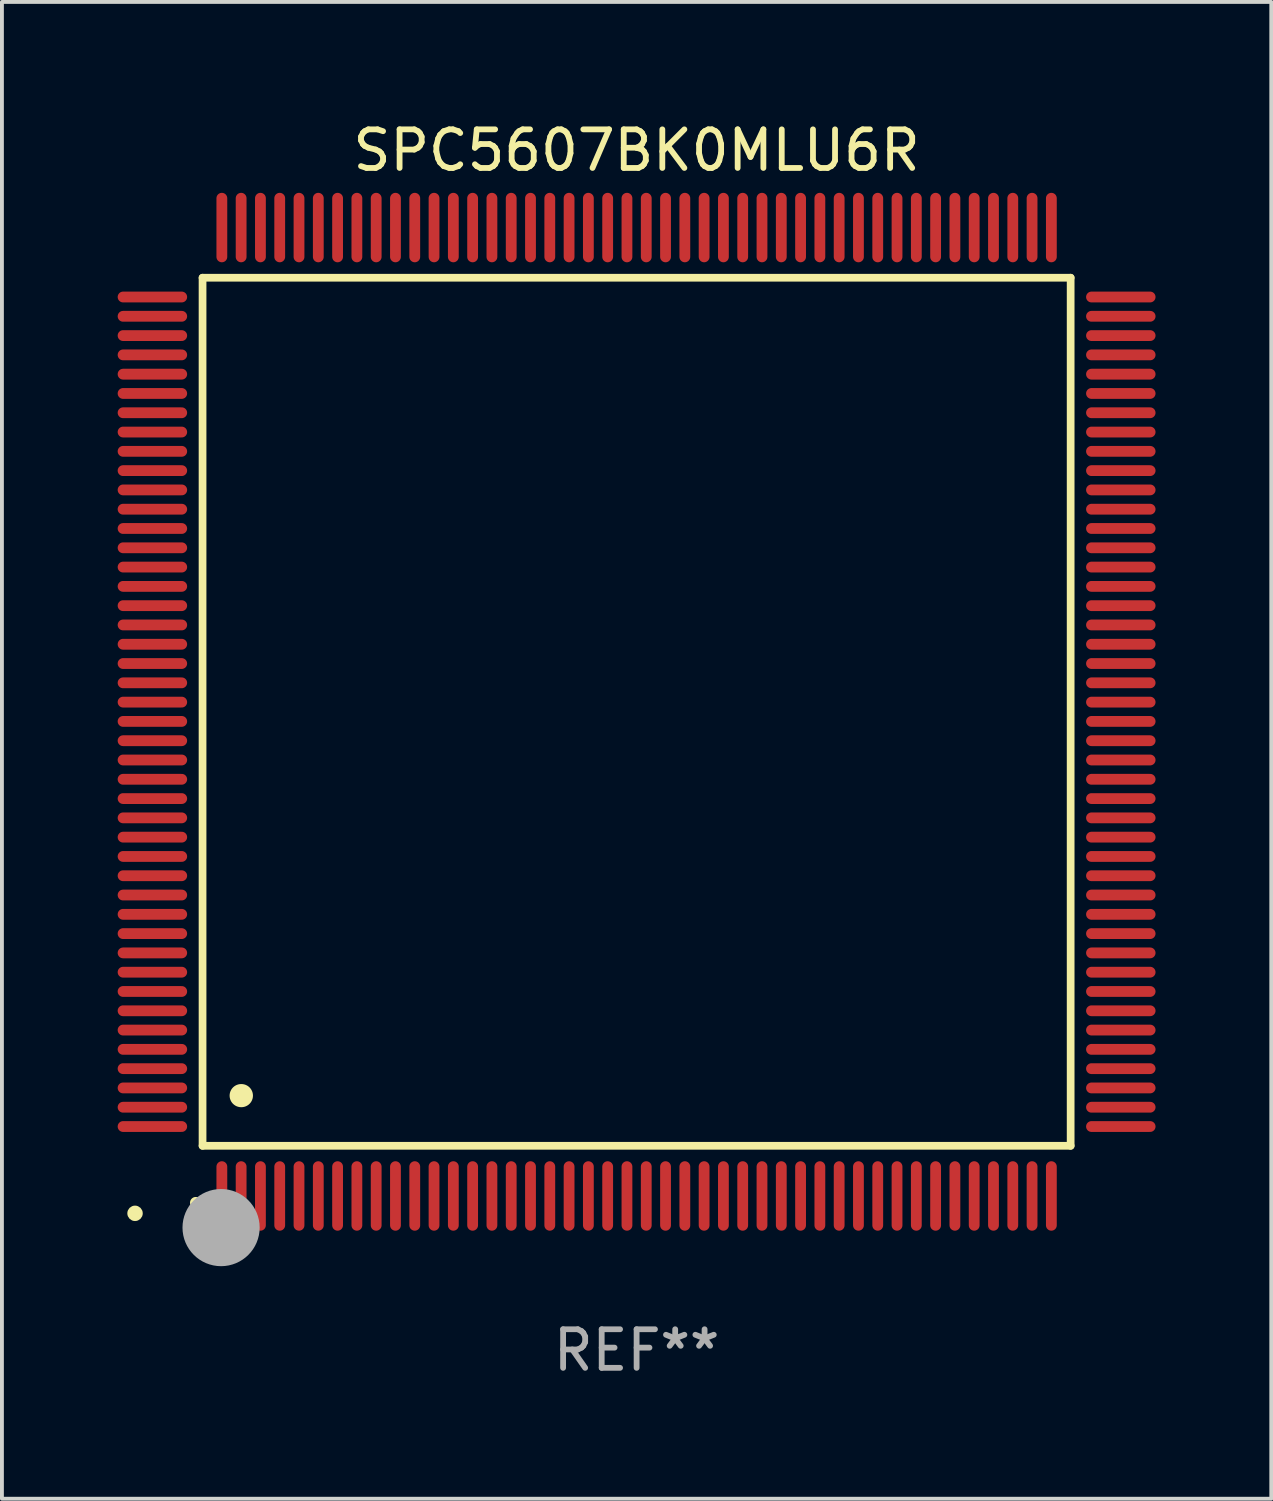
<source format=kicad_pcb>
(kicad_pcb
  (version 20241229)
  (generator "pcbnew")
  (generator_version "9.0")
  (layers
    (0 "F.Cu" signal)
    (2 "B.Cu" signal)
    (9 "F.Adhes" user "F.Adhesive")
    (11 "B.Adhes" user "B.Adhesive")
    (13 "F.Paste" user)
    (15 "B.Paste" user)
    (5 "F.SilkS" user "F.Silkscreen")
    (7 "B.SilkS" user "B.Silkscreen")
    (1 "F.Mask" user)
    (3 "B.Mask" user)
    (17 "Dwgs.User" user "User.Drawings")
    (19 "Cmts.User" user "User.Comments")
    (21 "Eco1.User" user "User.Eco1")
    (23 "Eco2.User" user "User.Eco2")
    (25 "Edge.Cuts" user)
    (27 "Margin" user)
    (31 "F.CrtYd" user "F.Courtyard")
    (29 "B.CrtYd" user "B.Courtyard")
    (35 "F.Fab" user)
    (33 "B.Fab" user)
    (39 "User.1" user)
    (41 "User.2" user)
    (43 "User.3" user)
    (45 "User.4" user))
  (footprint "SPC5607BK0MLU6R"
    (layer "F.Cu")
    (at 13.45 15.398)
    (property "Reference" "SPC5607BK0MLU6R" (at 0 -14.55 0) (layer "F.SilkS") (effects (font (size 1 1) (thickness 0.15))))
    (attr through_hole)
    (fp_line (start -11.25 -11.25) (end 11.25 -11.25) (stroke (width 0.2) (type solid)) (layer "F.SilkS"))
    (fp_line (start -11.25 11.25) (end -11.25 -11.25) (stroke (width 0.2) (type solid)) (layer "F.SilkS"))
    (fp_line (start 11.25 -11.25) (end 11.25 11.25) (stroke (width 0.2) (type solid)) (layer "F.SilkS"))
    (fp_line (start 11.25 11.25) (end -11.25 11.25) (stroke (width 0.2) (type solid)) (layer "F.SilkS"))
    (fp_arc (start -11.424943 12.725425) (mid -11.423673 12.72542) (end -11.422403 12.725425) (stroke (width 0.3) (type solid)) (layer "F.SilkS"))
    (fp_arc (start -10.24892 9.9492) (mid -10.24638 9.949189) (end -10.24384 9.9492) (stroke (width 0.6) (type solid)) (layer "F.SilkS"))
    (fp_circle (center -13 13) (end -12.9 13) (stroke (width 0.2) (type solid)) (fill no) (layer "F.SilkS"))
    (fp_circle (center -10.77 13.37) (end -10.27 13.37) (stroke (width 1) (type solid)) (fill no) (layer "F.Fab"))
    (fp_text user "REF**" (at 0 16.55 0) (layer "F.Fab") (effects (font (size 1 1) (thickness 0.15))))
    (pad "1" smd oval (at -10.75 12.55) (size 0.28 1.8) (layers "F.Cu" "F.Mask" "F.Paste"))
    (pad "2" smd oval (at -10.25 12.55) (size 0.28 1.8) (layers "F.Cu" "F.Mask" "F.Paste"))
    (pad "3" smd oval (at -9.75 12.55) (size 0.28 1.8) (layers "F.Cu" "F.Mask" "F.Paste"))
    (pad "4" smd oval (at -9.25 12.55) (size 0.28 1.8) (layers "F.Cu" "F.Mask" "F.Paste"))
    (pad "5" smd oval (at -8.75 12.55) (size 0.28 1.8) (layers "F.Cu" "F.Mask" "F.Paste"))
    (pad "6" smd oval (at -8.25 12.55) (size 0.28 1.8) (layers "F.Cu" "F.Mask" "F.Paste"))
    (pad "7" smd oval (at -7.75 12.55) (size 0.28 1.8) (layers "F.Cu" "F.Mask" "F.Paste"))
    (pad "8" smd oval (at -7.25 12.55) (size 0.28 1.8) (layers "F.Cu" "F.Mask" "F.Paste"))
    (pad "9" smd oval (at -6.75 12.55) (size 0.28 1.8) (layers "F.Cu" "F.Mask" "F.Paste"))
    (pad "10" smd oval (at -6.25 12.55) (size 0.28 1.8) (layers "F.Cu" "F.Mask" "F.Paste"))
    (pad "11" smd oval (at -5.75 12.55) (size 0.28 1.8) (layers "F.Cu" "F.Mask" "F.Paste"))
    (pad "12" smd oval (at -5.25 12.55) (size 0.28 1.8) (layers "F.Cu" "F.Mask" "F.Paste"))
    (pad "13" smd oval (at -4.75 12.55) (size 0.28 1.8) (layers "F.Cu" "F.Mask" "F.Paste"))
    (pad "14" smd oval (at -4.25 12.55) (size 0.28 1.8) (layers "F.Cu" "F.Mask" "F.Paste"))
    (pad "15" smd oval (at -3.75 12.55) (size 0.28 1.8) (layers "F.Cu" "F.Mask" "F.Paste"))
    (pad "16" smd oval (at -3.25 12.55) (size 0.28 1.8) (layers "F.Cu" "F.Mask" "F.Paste"))
    (pad "17" smd oval (at -2.75 12.55) (size 0.28 1.8) (layers "F.Cu" "F.Mask" "F.Paste"))
    (pad "18" smd oval (at -2.25 12.55) (size 0.28 1.8) (layers "F.Cu" "F.Mask" "F.Paste"))
    (pad "19" smd oval (at -1.75 12.55) (size 0.28 1.8) (layers "F.Cu" "F.Mask" "F.Paste"))
    (pad "20" smd oval (at -1.25 12.55) (size 0.28 1.8) (layers "F.Cu" "F.Mask" "F.Paste"))
    (pad "21" smd oval (at -0.75 12.55) (size 0.28 1.8) (layers "F.Cu" "F.Mask" "F.Paste"))
    (pad "22" smd oval (at -0.25 12.55) (size 0.28 1.8) (layers "F.Cu" "F.Mask" "F.Paste"))
    (pad "23" smd oval (at 0.25 12.55) (size 0.28 1.8) (layers "F.Cu" "F.Mask" "F.Paste"))
    (pad "24" smd oval (at 0.75 12.55) (size 0.28 1.8) (layers "F.Cu" "F.Mask" "F.Paste"))
    (pad "25" smd oval (at 1.25 12.55) (size 0.28 1.8) (layers "F.Cu" "F.Mask" "F.Paste"))
    (pad "26" smd oval (at 1.75 12.55) (size 0.28 1.8) (layers "F.Cu" "F.Mask" "F.Paste"))
    (pad "27" smd oval (at 2.25 12.55) (size 0.28 1.8) (layers "F.Cu" "F.Mask" "F.Paste"))
    (pad "28" smd oval (at 2.75 12.55) (size 0.28 1.8) (layers "F.Cu" "F.Mask" "F.Paste"))
    (pad "29" smd oval (at 3.25 12.55) (size 0.28 1.8) (layers "F.Cu" "F.Mask" "F.Paste"))
    (pad "30" smd oval (at 3.75 12.55) (size 0.28 1.8) (layers "F.Cu" "F.Mask" "F.Paste"))
    (pad "31" smd oval (at 4.25 12.55) (size 0.28 1.8) (layers "F.Cu" "F.Mask" "F.Paste"))
    (pad "32" smd oval (at 4.75 12.55) (size 0.28 1.8) (layers "F.Cu" "F.Mask" "F.Paste"))
    (pad "33" smd oval (at 5.25 12.55) (size 0.28 1.8) (layers "F.Cu" "F.Mask" "F.Paste"))
    (pad "34" smd oval (at 5.75 12.55) (size 0.28 1.8) (layers "F.Cu" "F.Mask" "F.Paste"))
    (pad "35" smd oval (at 6.25 12.55) (size 0.28 1.8) (layers "F.Cu" "F.Mask" "F.Paste"))
    (pad "36" smd oval (at 6.75 12.55) (size 0.28 1.8) (layers "F.Cu" "F.Mask" "F.Paste"))
    (pad "37" smd oval (at 7.25 12.55) (size 0.28 1.8) (layers "F.Cu" "F.Mask" "F.Paste"))
    (pad "38" smd oval (at 7.75 12.55) (size 0.28 1.8) (layers "F.Cu" "F.Mask" "F.Paste"))
    (pad "39" smd oval (at 8.25 12.55) (size 0.28 1.8) (layers "F.Cu" "F.Mask" "F.Paste"))
    (pad "40" smd oval (at 8.75 12.55) (size 0.28 1.8) (layers "F.Cu" "F.Mask" "F.Paste"))
    (pad "41" smd oval (at 9.25 12.55) (size 0.28 1.8) (layers "F.Cu" "F.Mask" "F.Paste"))
    (pad "42" smd oval (at 9.75 12.55) (size 0.28 1.8) (layers "F.Cu" "F.Mask" "F.Paste"))
    (pad "43" smd oval (at 10.25 12.55) (size 0.28 1.8) (layers "F.Cu" "F.Mask" "F.Paste"))
    (pad "44" smd oval (at 10.75 12.55) (size 0.28 1.8) (layers "F.Cu" "F.Mask" "F.Paste"))
    (pad "45" smd oval (at 12.55 10.75) (size 1.8 0.28) (layers "F.Cu" "F.Mask" "F.Paste"))
    (pad "46" smd oval (at 12.55 10.25) (size 1.8 0.28) (layers "F.Cu" "F.Mask" "F.Paste"))
    (pad "47" smd oval (at 12.55 9.75) (size 1.8 0.28) (layers "F.Cu" "F.Mask" "F.Paste"))
    (pad "48" smd oval (at 12.55 9.25) (size 1.8 0.28) (layers "F.Cu" "F.Mask" "F.Paste"))
    (pad "49" smd oval (at 12.55 8.75) (size 1.8 0.28) (layers "F.Cu" "F.Mask" "F.Paste"))
    (pad "50" smd oval (at 12.55 8.25) (size 1.8 0.28) (layers "F.Cu" "F.Mask" "F.Paste"))
    (pad "51" smd oval (at 12.55 7.75) (size 1.8 0.28) (layers "F.Cu" "F.Mask" "F.Paste"))
    (pad "52" smd oval (at 12.55 7.25) (size 1.8 0.28) (layers "F.Cu" "F.Mask" "F.Paste"))
    (pad "53" smd oval (at 12.55 6.75) (size 1.8 0.28) (layers "F.Cu" "F.Mask" "F.Paste"))
    (pad "54" smd oval (at 12.55 6.25) (size 1.8 0.28) (layers "F.Cu" "F.Mask" "F.Paste"))
    (pad "55" smd oval (at 12.55 5.75) (size 1.8 0.28) (layers "F.Cu" "F.Mask" "F.Paste"))
    (pad "56" smd oval (at 12.55 5.25) (size 1.8 0.28) (layers "F.Cu" "F.Mask" "F.Paste"))
    (pad "57" smd oval (at 12.55 4.75) (size 1.8 0.28) (layers "F.Cu" "F.Mask" "F.Paste"))
    (pad "58" smd oval (at 12.55 4.25) (size 1.8 0.28) (layers "F.Cu" "F.Mask" "F.Paste"))
    (pad "59" smd oval (at 12.55 3.75) (size 1.8 0.28) (layers "F.Cu" "F.Mask" "F.Paste"))
    (pad "60" smd oval (at 12.55 3.25) (size 1.8 0.28) (layers "F.Cu" "F.Mask" "F.Paste"))
    (pad "61" smd oval (at 12.55 2.75) (size 1.8 0.28) (layers "F.Cu" "F.Mask" "F.Paste"))
    (pad "62" smd oval (at 12.55 2.25) (size 1.8 0.28) (layers "F.Cu" "F.Mask" "F.Paste"))
    (pad "63" smd oval (at 12.55 1.75) (size 1.8 0.28) (layers "F.Cu" "F.Mask" "F.Paste"))
    (pad "64" smd oval (at 12.55 1.25) (size 1.8 0.28) (layers "F.Cu" "F.Mask" "F.Paste"))
    (pad "65" smd oval (at 12.55 0.75) (size 1.8 0.28) (layers "F.Cu" "F.Mask" "F.Paste"))
    (pad "66" smd oval (at 12.55 0.25) (size 1.8 0.28) (layers "F.Cu" "F.Mask" "F.Paste"))
    (pad "67" smd oval (at 12.55 -0.25) (size 1.8 0.28) (layers "F.Cu" "F.Mask" "F.Paste"))
    (pad "68" smd oval (at 12.55 -0.75) (size 1.8 0.28) (layers "F.Cu" "F.Mask" "F.Paste"))
    (pad "69" smd oval (at 12.55 -1.25) (size 1.8 0.28) (layers "F.Cu" "F.Mask" "F.Paste"))
    (pad "70" smd oval (at 12.55 -1.75) (size 1.8 0.28) (layers "F.Cu" "F.Mask" "F.Paste"))
    (pad "71" smd oval (at 12.55 -2.25) (size 1.8 0.28) (layers "F.Cu" "F.Mask" "F.Paste"))
    (pad "72" smd oval (at 12.55 -2.75) (size 1.8 0.28) (layers "F.Cu" "F.Mask" "F.Paste"))
    (pad "73" smd oval (at 12.55 -3.25) (size 1.8 0.28) (layers "F.Cu" "F.Mask" "F.Paste"))
    (pad "74" smd oval (at 12.55 -3.75) (size 1.8 0.28) (layers "F.Cu" "F.Mask" "F.Paste"))
    (pad "75" smd oval (at 12.55 -4.25) (size 1.8 0.28) (layers "F.Cu" "F.Mask" "F.Paste"))
    (pad "76" smd oval (at 12.55 -4.75) (size 1.8 0.28) (layers "F.Cu" "F.Mask" "F.Paste"))
    (pad "77" smd oval (at 12.55 -5.25) (size 1.8 0.28) (layers "F.Cu" "F.Mask" "F.Paste"))
    (pad "78" smd oval (at 12.55 -5.75) (size 1.8 0.28) (layers "F.Cu" "F.Mask" "F.Paste"))
    (pad "79" smd oval (at 12.55 -6.25) (size 1.8 0.28) (layers "F.Cu" "F.Mask" "F.Paste"))
    (pad "80" smd oval (at 12.55 -6.75) (size 1.8 0.28) (layers "F.Cu" "F.Mask" "F.Paste"))
    (pad "81" smd oval (at 12.55 -7.25) (size 1.8 0.28) (layers "F.Cu" "F.Mask" "F.Paste"))
    (pad "82" smd oval (at 12.55 -7.75) (size 1.8 0.28) (layers "F.Cu" "F.Mask" "F.Paste"))
    (pad "83" smd oval (at 12.55 -8.25) (size 1.8 0.28) (layers "F.Cu" "F.Mask" "F.Paste"))
    (pad "84" smd oval (at 12.55 -8.75) (size 1.8 0.28) (layers "F.Cu" "F.Mask" "F.Paste"))
    (pad "85" smd oval (at 12.55 -9.25) (size 1.8 0.28) (layers "F.Cu" "F.Mask" "F.Paste"))
    (pad "86" smd oval (at 12.55 -9.75) (size 1.8 0.28) (layers "F.Cu" "F.Mask" "F.Paste"))
    (pad "87" smd oval (at 12.55 -10.25) (size 1.8 0.28) (layers "F.Cu" "F.Mask" "F.Paste"))
    (pad "88" smd oval (at 12.55 -10.75) (size 1.8 0.28) (layers "F.Cu" "F.Mask" "F.Paste"))
    (pad "89" smd oval (at 10.75 -12.55) (size 0.28 1.8) (layers "F.Cu" "F.Mask" "F.Paste"))
    (pad "90" smd oval (at 10.25 -12.55) (size 0.28 1.8) (layers "F.Cu" "F.Mask" "F.Paste"))
    (pad "91" smd oval (at 9.75 -12.55) (size 0.28 1.8) (layers "F.Cu" "F.Mask" "F.Paste"))
    (pad "92" smd oval (at 9.25 -12.55) (size 0.28 1.8) (layers "F.Cu" "F.Mask" "F.Paste"))
    (pad "93" smd oval (at 8.75 -12.55) (size 0.28 1.8) (layers "F.Cu" "F.Mask" "F.Paste"))
    (pad "94" smd oval (at 8.25 -12.55) (size 0.28 1.8) (layers "F.Cu" "F.Mask" "F.Paste"))
    (pad "95" smd oval (at 7.75 -12.55) (size 0.28 1.8) (layers "F.Cu" "F.Mask" "F.Paste"))
    (pad "96" smd oval (at 7.25 -12.55) (size 0.28 1.8) (layers "F.Cu" "F.Mask" "F.Paste"))
    (pad "97" smd oval (at 6.75 -12.55) (size 0.28 1.8) (layers "F.Cu" "F.Mask" "F.Paste"))
    (pad "98" smd oval (at 6.25 -12.55) (size 0.28 1.8) (layers "F.Cu" "F.Mask" "F.Paste"))
    (pad "99" smd oval (at 5.75 -12.55) (size 0.28 1.8) (layers "F.Cu" "F.Mask" "F.Paste"))
    (pad "100" smd oval (at 5.25 -12.55) (size 0.28 1.8) (layers "F.Cu" "F.Mask" "F.Paste"))
    (pad "101" smd oval (at 4.75 -12.55) (size 0.28 1.8) (layers "F.Cu" "F.Mask" "F.Paste"))
    (pad "102" smd oval (at 4.25 -12.55) (size 0.28 1.8) (layers "F.Cu" "F.Mask" "F.Paste"))
    (pad "103" smd oval (at 3.75 -12.55) (size 0.28 1.8) (layers "F.Cu" "F.Mask" "F.Paste"))
    (pad "104" smd oval (at 3.25 -12.55) (size 0.28 1.8) (layers "F.Cu" "F.Mask" "F.Paste"))
    (pad "105" smd oval (at 2.75 -12.55) (size 0.28 1.8) (layers "F.Cu" "F.Mask" "F.Paste"))
    (pad "106" smd oval (at 2.25 -12.55) (size 0.28 1.8) (layers "F.Cu" "F.Mask" "F.Paste"))
    (pad "107" smd oval (at 1.75 -12.55) (size 0.28 1.8) (layers "F.Cu" "F.Mask" "F.Paste"))
    (pad "108" smd oval (at 1.25 -12.55) (size 0.28 1.8) (layers "F.Cu" "F.Mask" "F.Paste"))
    (pad "109" smd oval (at 0.75 -12.55) (size 0.28 1.8) (layers "F.Cu" "F.Mask" "F.Paste"))
    (pad "110" smd oval (at 0.25 -12.55) (size 0.28 1.8) (layers "F.Cu" "F.Mask" "F.Paste"))
    (pad "111" smd oval (at -0.25 -12.55) (size 0.28 1.8) (layers "F.Cu" "F.Mask" "F.Paste"))
    (pad "112" smd oval (at -0.75 -12.55) (size 0.28 1.8) (layers "F.Cu" "F.Mask" "F.Paste"))
    (pad "113" smd oval (at -1.25 -12.55) (size 0.28 1.8) (layers "F.Cu" "F.Mask" "F.Paste"))
    (pad "114" smd oval (at -1.75 -12.55) (size 0.28 1.8) (layers "F.Cu" "F.Mask" "F.Paste"))
    (pad "115" smd oval (at -2.25 -12.55) (size 0.28 1.8) (layers "F.Cu" "F.Mask" "F.Paste"))
    (pad "116" smd oval (at -2.75 -12.55) (size 0.28 1.8) (layers "F.Cu" "F.Mask" "F.Paste"))
    (pad "117" smd oval (at -3.25 -12.55) (size 0.28 1.8) (layers "F.Cu" "F.Mask" "F.Paste"))
    (pad "118" smd oval (at -3.75 -12.55) (size 0.28 1.8) (layers "F.Cu" "F.Mask" "F.Paste"))
    (pad "119" smd oval (at -4.25 -12.55) (size 0.28 1.8) (layers "F.Cu" "F.Mask" "F.Paste"))
    (pad "120" smd oval (at -4.75 -12.55) (size 0.28 1.8) (layers "F.Cu" "F.Mask" "F.Paste"))
    (pad "121" smd oval (at -5.25 -12.55) (size 0.28 1.8) (layers "F.Cu" "F.Mask" "F.Paste"))
    (pad "122" smd oval (at -5.75 -12.55) (size 0.28 1.8) (layers "F.Cu" "F.Mask" "F.Paste"))
    (pad "123" smd oval (at -6.25 -12.55) (size 0.28 1.8) (layers "F.Cu" "F.Mask" "F.Paste"))
    (pad "124" smd oval (at -6.75 -12.55) (size 0.28 1.8) (layers "F.Cu" "F.Mask" "F.Paste"))
    (pad "125" smd oval (at -7.25 -12.55) (size 0.28 1.8) (layers "F.Cu" "F.Mask" "F.Paste"))
    (pad "126" smd oval (at -7.75 -12.55) (size 0.28 1.8) (layers "F.Cu" "F.Mask" "F.Paste"))
    (pad "127" smd oval (at -8.25 -12.55) (size 0.28 1.8) (layers "F.Cu" "F.Mask" "F.Paste"))
    (pad "128" smd oval (at -8.75 -12.55) (size 0.28 1.8) (layers "F.Cu" "F.Mask" "F.Paste"))
    (pad "129" smd oval (at -9.25 -12.55) (size 0.28 1.8) (layers "F.Cu" "F.Mask" "F.Paste"))
    (pad "130" smd oval (at -9.75 -12.55) (size 0.28 1.8) (layers "F.Cu" "F.Mask" "F.Paste"))
    (pad "131" smd oval (at -10.25 -12.55) (size 0.28 1.8) (layers "F.Cu" "F.Mask" "F.Paste"))
    (pad "132" smd oval (at -10.75 -12.55) (size 0.28 1.8) (layers "F.Cu" "F.Mask" "F.Paste"))
    (pad "133" smd oval (at -12.55 -10.75) (size 1.8 0.28) (layers "F.Cu" "F.Mask" "F.Paste"))
    (pad "134" smd oval (at -12.55 -10.25) (size 1.8 0.28) (layers "F.Cu" "F.Mask" "F.Paste"))
    (pad "135" smd oval (at -12.55 -9.75) (size 1.8 0.28) (layers "F.Cu" "F.Mask" "F.Paste"))
    (pad "136" smd oval (at -12.55 -9.25) (size 1.8 0.28) (layers "F.Cu" "F.Mask" "F.Paste"))
    (pad "137" smd oval (at -12.55 -8.75) (size 1.8 0.28) (layers "F.Cu" "F.Mask" "F.Paste"))
    (pad "138" smd oval (at -12.55 -8.25) (size 1.8 0.28) (layers "F.Cu" "F.Mask" "F.Paste"))
    (pad "139" smd oval (at -12.55 -7.75) (size 1.8 0.28) (layers "F.Cu" "F.Mask" "F.Paste"))
    (pad "140" smd oval (at -12.55 -7.25) (size 1.8 0.28) (layers "F.Cu" "F.Mask" "F.Paste"))
    (pad "141" smd oval (at -12.55 -6.75) (size 1.8 0.28) (layers "F.Cu" "F.Mask" "F.Paste"))
    (pad "142" smd oval (at -12.55 -6.25) (size 1.8 0.28) (layers "F.Cu" "F.Mask" "F.Paste"))
    (pad "143" smd oval (at -12.55 -5.75) (size 1.8 0.28) (layers "F.Cu" "F.Mask" "F.Paste"))
    (pad "144" smd oval (at -12.55 -5.25) (size 1.8 0.28) (layers "F.Cu" "F.Mask" "F.Paste"))
    (pad "145" smd oval (at -12.55 -4.75) (size 1.8 0.28) (layers "F.Cu" "F.Mask" "F.Paste"))
    (pad "146" smd oval (at -12.55 -4.25) (size 1.8 0.28) (layers "F.Cu" "F.Mask" "F.Paste"))
    (pad "147" smd oval (at -12.55 -3.75) (size 1.8 0.28) (layers "F.Cu" "F.Mask" "F.Paste"))
    (pad "148" smd oval (at -12.55 -3.25) (size 1.8 0.28) (layers "F.Cu" "F.Mask" "F.Paste"))
    (pad "149" smd oval (at -12.55 -2.75) (size 1.8 0.28) (layers "F.Cu" "F.Mask" "F.Paste"))
    (pad "150" smd oval (at -12.55 -2.25) (size 1.8 0.28) (layers "F.Cu" "F.Mask" "F.Paste"))
    (pad "151" smd oval (at -12.55 -1.75) (size 1.8 0.28) (layers "F.Cu" "F.Mask" "F.Paste"))
    (pad "152" smd oval (at -12.55 -1.25) (size 1.8 0.28) (layers "F.Cu" "F.Mask" "F.Paste"))
    (pad "153" smd oval (at -12.55 -0.75) (size 1.8 0.28) (layers "F.Cu" "F.Mask" "F.Paste"))
    (pad "154" smd oval (at -12.55 -0.25) (size 1.8 0.28) (layers "F.Cu" "F.Mask" "F.Paste"))
    (pad "155" smd oval (at -12.55 0.25) (size 1.8 0.28) (layers "F.Cu" "F.Mask" "F.Paste"))
    (pad "156" smd oval (at -12.55 0.75) (size 1.8 0.28) (layers "F.Cu" "F.Mask" "F.Paste"))
    (pad "157" smd oval (at -12.55 1.25) (size 1.8 0.28) (layers "F.Cu" "F.Mask" "F.Paste"))
    (pad "158" smd oval (at -12.55 1.75) (size 1.8 0.28) (layers "F.Cu" "F.Mask" "F.Paste"))
    (pad "159" smd oval (at -12.55 2.25) (size 1.8 0.28) (layers "F.Cu" "F.Mask" "F.Paste"))
    (pad "160" smd oval (at -12.55 2.75) (size 1.8 0.28) (layers "F.Cu" "F.Mask" "F.Paste"))
    (pad "161" smd oval (at -12.55 3.25) (size 1.8 0.28) (layers "F.Cu" "F.Mask" "F.Paste"))
    (pad "162" smd oval (at -12.55 3.75) (size 1.8 0.28) (layers "F.Cu" "F.Mask" "F.Paste"))
    (pad "163" smd oval (at -12.55 4.25) (size 1.8 0.28) (layers "F.Cu" "F.Mask" "F.Paste"))
    (pad "164" smd oval (at -12.55 4.75) (size 1.8 0.28) (layers "F.Cu" "F.Mask" "F.Paste"))
    (pad "165" smd oval (at -12.55 5.25) (size 1.8 0.28) (layers "F.Cu" "F.Mask" "F.Paste"))
    (pad "166" smd oval (at -12.55 5.75) (size 1.8 0.28) (layers "F.Cu" "F.Mask" "F.Paste"))
    (pad "167" smd oval (at -12.55 6.25) (size 1.8 0.28) (layers "F.Cu" "F.Mask" "F.Paste"))
    (pad "168" smd oval (at -12.55 6.75) (size 1.8 0.28) (layers "F.Cu" "F.Mask" "F.Paste"))
    (pad "169" smd oval (at -12.55 7.25) (size 1.8 0.28) (layers "F.Cu" "F.Mask" "F.Paste"))
    (pad "170" smd oval (at -12.55 7.75) (size 1.8 0.28) (layers "F.Cu" "F.Mask" "F.Paste"))
    (pad "171" smd oval (at -12.55 8.25) (size 1.8 0.28) (layers "F.Cu" "F.Mask" "F.Paste"))
    (pad "172" smd oval (at -12.55 8.75) (size 1.8 0.28) (layers "F.Cu" "F.Mask" "F.Paste"))
    (pad "173" smd oval (at -12.55 9.25) (size 1.8 0.28) (layers "F.Cu" "F.Mask" "F.Paste"))
    (pad "174" smd oval (at -12.55 9.75) (size 1.8 0.28) (layers "F.Cu" "F.Mask" "F.Paste"))
    (pad "175" smd oval (at -12.55 10.25) (size 1.8 0.28) (layers "F.Cu" "F.Mask" "F.Paste"))
    (pad "176" smd oval (at -12.55 10.75) (size 1.8 0.28) (layers "F.Cu" "F.Mask" "F.Paste")))
  (gr_rect
    (start -3 -3)
    (end 29.9 35.796)
    (stroke (width 0.1) (type default))
    (fill no)
    (layer "Edge.Cuts")))
</source>
